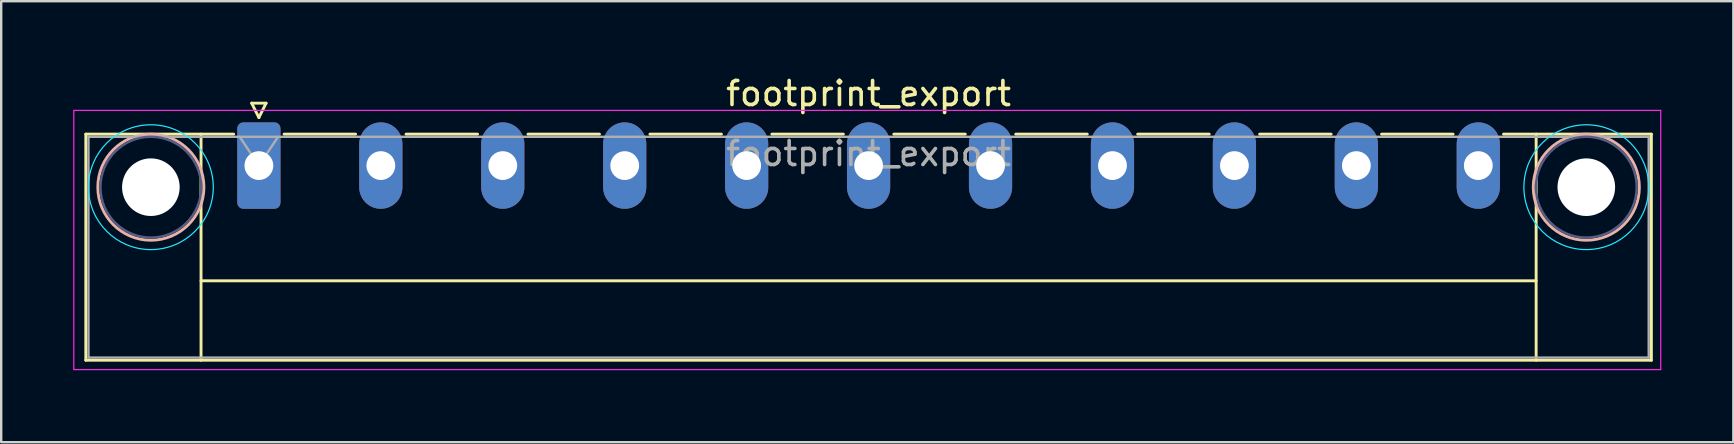
<source format=kicad_pcb>
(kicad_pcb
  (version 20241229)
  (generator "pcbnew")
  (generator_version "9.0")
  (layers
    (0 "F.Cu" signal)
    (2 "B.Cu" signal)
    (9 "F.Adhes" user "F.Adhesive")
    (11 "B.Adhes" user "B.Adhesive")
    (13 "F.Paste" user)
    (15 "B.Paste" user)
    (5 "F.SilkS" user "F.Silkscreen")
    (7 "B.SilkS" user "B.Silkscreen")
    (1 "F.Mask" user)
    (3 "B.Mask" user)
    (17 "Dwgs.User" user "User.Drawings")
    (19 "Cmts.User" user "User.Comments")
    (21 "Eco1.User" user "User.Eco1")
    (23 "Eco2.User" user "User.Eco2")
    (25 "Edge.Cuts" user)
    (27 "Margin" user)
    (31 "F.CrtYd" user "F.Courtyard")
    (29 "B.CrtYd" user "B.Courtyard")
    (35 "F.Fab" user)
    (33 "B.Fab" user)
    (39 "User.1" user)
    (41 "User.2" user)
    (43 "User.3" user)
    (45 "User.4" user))
  (footprint "footprint_export"
    (layer "F.Cu")
    (at 7.735 3.848)
    (property "Reference" "footprint_export" (at 25.4 -3 0) (layer "F.SilkS") (effects (font (size 1 1) (thickness 0.15))))
    (attr through_hole)
    (fp_line (start -7.21 -1.31) (end -7.21 8.11) (stroke (width 0.12) (type solid)) (layer "F.SilkS"))
    (fp_line (start -7.21 -1.31) (end -1.05 -1.31) (stroke (width 0.12) (type solid)) (layer "F.SilkS"))
    (fp_line (start -7.21 8.11) (end 58.01 8.11) (stroke (width 0.12) (type solid)) (layer "F.SilkS"))
    (fp_line (start -2.41 -1.31) (end -2.41 8.11) (stroke (width 0.12) (type solid)) (layer "F.SilkS"))
    (fp_line (start -2.41 4.8) (end 53.21 4.8) (stroke (width 0.12) (type solid)) (layer "F.SilkS"))
    (fp_line (start -0.3 -2.6) (end 0.3 -2.6) (stroke (width 0.12) (type solid)) (layer "F.SilkS"))
    (fp_line (start 0 -2) (end -0.3 -2.6) (stroke (width 0.12) (type solid)) (layer "F.SilkS"))
    (fp_line (start 0.3 -2.6) (end 0 -2) (stroke (width 0.12) (type solid)) (layer "F.SilkS"))
    (fp_line (start 1.05 -1.31) (end 4.03 -1.31) (stroke (width 0.12) (type solid)) (layer "F.SilkS"))
    (fp_line (start 6.13 -1.31) (end 9.11 -1.31) (stroke (width 0.12) (type solid)) (layer "F.SilkS"))
    (fp_line (start 11.21 -1.31) (end 14.19 -1.31) (stroke (width 0.12) (type solid)) (layer "F.SilkS"))
    (fp_line (start 16.29 -1.31) (end 19.27 -1.31) (stroke (width 0.12) (type solid)) (layer "F.SilkS"))
    (fp_line (start 21.37 -1.31) (end 24.35 -1.31) (stroke (width 0.12) (type solid)) (layer "F.SilkS"))
    (fp_line (start 26.45 -1.31) (end 29.43 -1.31) (stroke (width 0.12) (type solid)) (layer "F.SilkS"))
    (fp_line (start 31.53 -1.31) (end 34.51 -1.31) (stroke (width 0.12) (type solid)) (layer "F.SilkS"))
    (fp_line (start 36.61 -1.31) (end 39.59 -1.31) (stroke (width 0.12) (type solid)) (layer "F.SilkS"))
    (fp_line (start 41.69 -1.31) (end 44.67 -1.31) (stroke (width 0.12) (type solid)) (layer "F.SilkS"))
    (fp_line (start 46.77 -1.31) (end 49.75 -1.31) (stroke (width 0.12) (type solid)) (layer "F.SilkS"))
    (fp_line (start 53.21 -1.31) (end 53.21 8.11) (stroke (width 0.12) (type solid)) (layer "F.SilkS"))
    (fp_line (start 58.01 -1.31) (end 51.85 -1.31) (stroke (width 0.12) (type solid)) (layer "F.SilkS"))
    (fp_line (start 58.01 8.11) (end 58.01 -1.31) (stroke (width 0.12) (type solid)) (layer "F.SilkS"))
    (fp_circle (center -4.5 0.9) (end -2.29 0.9) (stroke (width 0.12) (type solid)) (fill no) (layer "B.SilkS"))
    (fp_circle (center 55.3 0.9) (end 57.51 0.9) (stroke (width 0.12) (type solid)) (fill no) (layer "B.SilkS"))
    (fp_circle (center -4.5 0.9) (end -1.9 0.9) (stroke (width 0.05) (type solid)) (fill no) (layer "B.CrtYd"))
    (fp_circle (center 55.3 0.9) (end 57.9 0.9) (stroke (width 0.05) (type solid)) (fill no) (layer "B.CrtYd"))
    (fp_line (start -7.71 -2.3) (end -7.71 8.5) (stroke (width 0.05) (type solid)) (layer "F.CrtYd"))
    (fp_line (start -7.71 8.5) (end 58.4 8.5) (stroke (width 0.05) (type solid)) (layer "F.CrtYd"))
    (fp_line (start 58.4 -2.3) (end -7.71 -2.3) (stroke (width 0.05) (type solid)) (layer "F.CrtYd"))
    (fp_line (start 58.4 8.5) (end 58.4 -2.3) (stroke (width 0.05) (type solid)) (layer "F.CrtYd"))
    (fp_circle (center -4.5 0.9) (end -2.4 0.9) (stroke (width 0.1) (type solid)) (fill no) (layer "B.Fab"))
    (fp_circle (center 55.3 0.9) (end 57.4 0.9) (stroke (width 0.1) (type solid)) (fill no) (layer "B.Fab"))
    (fp_line (start -7.1 -1.2) (end -7.1 8) (stroke (width 0.1) (type solid)) (layer "F.Fab"))
    (fp_line (start -7.1 8) (end 57.9 8) (stroke (width 0.1) (type solid)) (layer "F.Fab"))
    (fp_line (start 0 0) (end -0.8 -1.2) (stroke (width 0.1) (type solid)) (layer "F.Fab"))
    (fp_line (start 0.8 -1.2) (end 0 0) (stroke (width 0.1) (type solid)) (layer "F.Fab"))
    (fp_line (start 57.9 -1.2) (end -7.1 -1.2) (stroke (width 0.1) (type solid)) (layer "F.Fab"))
    (fp_line (start 57.9 8) (end 57.9 -1.2) (stroke (width 0.1) (type solid)) (layer "F.Fab"))
    (fp_text user "${REFERENCE}" (at 25.4 -0.5 0) (layer "F.Fab") (effects (font (size 1 1) (thickness 0.15))))
    (pad "" np_thru_hole circle (at -4.5 0.9) (size 2.4 2.4) (drill 2.4) (layers "*.Cu" "*.Mask"))
    (pad "" np_thru_hole circle (at 55.3 0.9) (size 2.4 2.4) (drill 2.4) (layers "*.Cu" "*.Mask"))
    (pad "1" thru_hole roundrect (at 0 0) (size 1.8 3.6) (drill 1.2) (layers "*.Cu" "*.Mask") (roundrect_rratio 0.139))
    (pad "2" thru_hole oval (at 5.08 0) (size 1.8 3.6) (drill 1.2) (layers "*.Cu" "*.Mask"))
    (pad "3" thru_hole oval (at 10.16 0) (size 1.8 3.6) (drill 1.2) (layers "*.Cu" "*.Mask"))
    (pad "4" thru_hole oval (at 15.24 0) (size 1.8 3.6) (drill 1.2) (layers "*.Cu" "*.Mask"))
    (pad "5" thru_hole oval (at 20.32 0) (size 1.8 3.6) (drill 1.2) (layers "*.Cu" "*.Mask"))
    (pad "6" thru_hole oval (at 25.4 0) (size 1.8 3.6) (drill 1.2) (layers "*.Cu" "*.Mask"))
    (pad "7" thru_hole oval (at 30.48 0) (size 1.8 3.6) (drill 1.2) (layers "*.Cu" "*.Mask"))
    (pad "8" thru_hole oval (at 35.56 0) (size 1.8 3.6) (drill 1.2) (layers "*.Cu" "*.Mask"))
    (pad "9" thru_hole oval (at 40.64 0) (size 1.8 3.6) (drill 1.2) (layers "*.Cu" "*.Mask"))
    (pad "10" thru_hole oval (at 45.72 0) (size 1.8 3.6) (drill 1.2) (layers "*.Cu" "*.Mask"))
    (pad "11" thru_hole oval (at 50.8 0) (size 1.8 3.6) (drill 1.2) (layers "*.Cu" "*.Mask")))
  (gr_rect
    (start -3 -3)
    (end 69.16 15.373)
    (stroke (width 0.1) (type default))
    (fill no)
    (layer "Edge.Cuts")))
</source>
